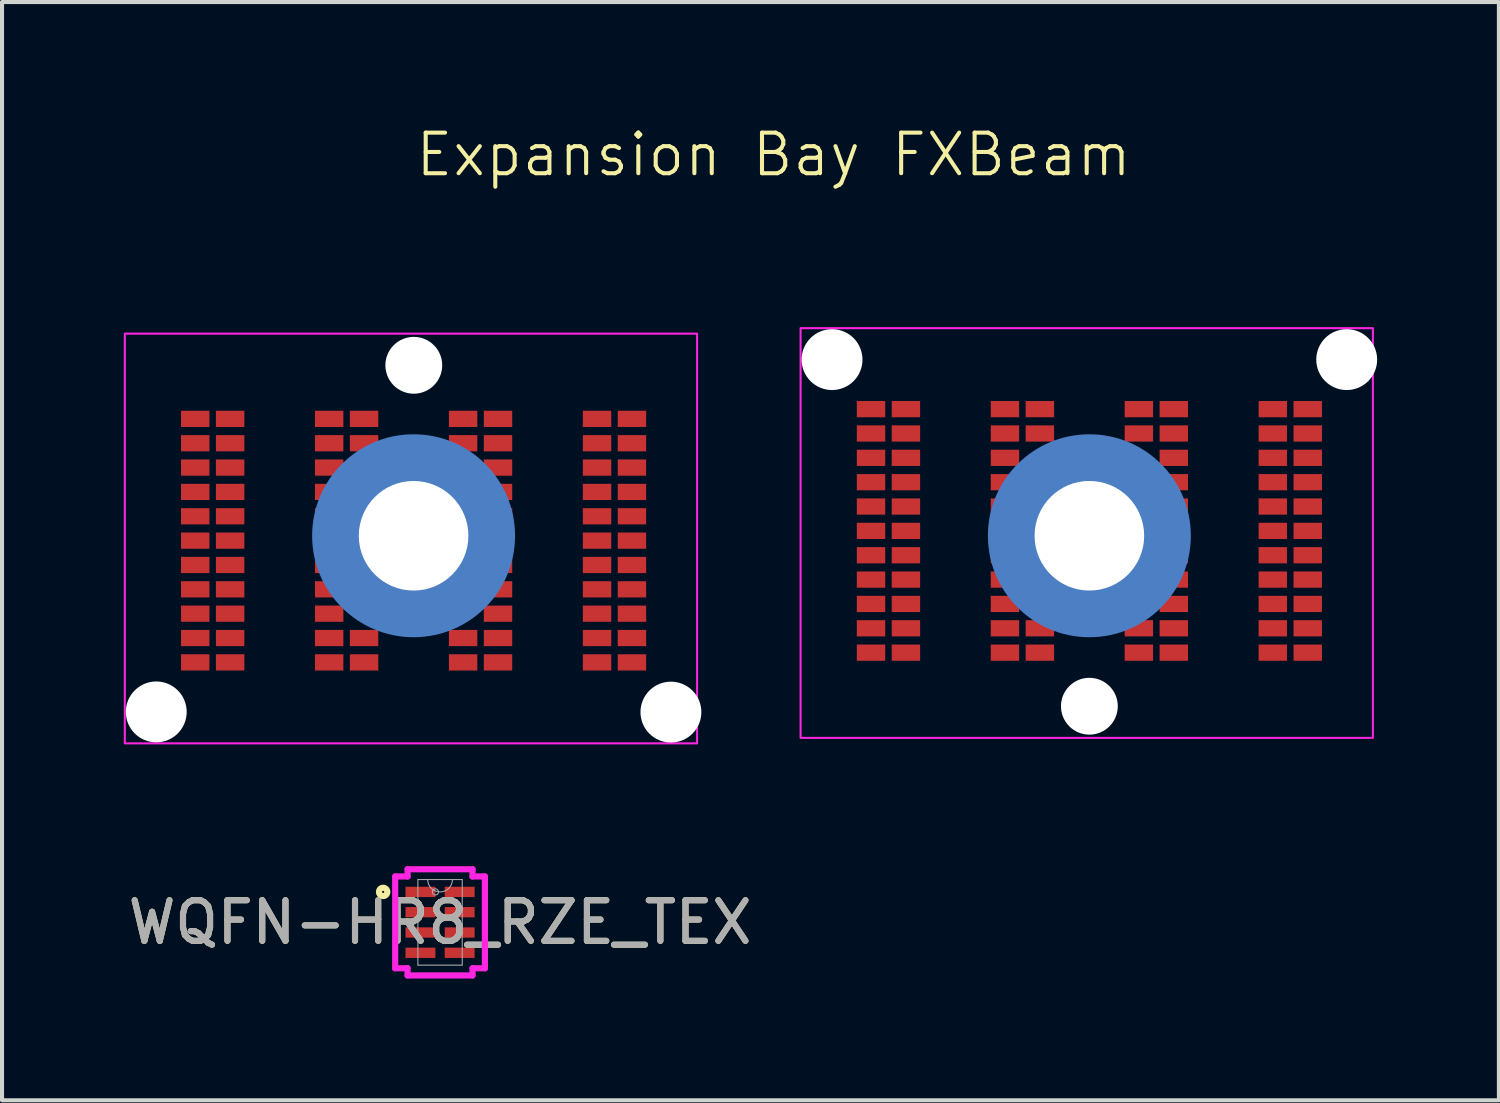
<source format=kicad_pcb>
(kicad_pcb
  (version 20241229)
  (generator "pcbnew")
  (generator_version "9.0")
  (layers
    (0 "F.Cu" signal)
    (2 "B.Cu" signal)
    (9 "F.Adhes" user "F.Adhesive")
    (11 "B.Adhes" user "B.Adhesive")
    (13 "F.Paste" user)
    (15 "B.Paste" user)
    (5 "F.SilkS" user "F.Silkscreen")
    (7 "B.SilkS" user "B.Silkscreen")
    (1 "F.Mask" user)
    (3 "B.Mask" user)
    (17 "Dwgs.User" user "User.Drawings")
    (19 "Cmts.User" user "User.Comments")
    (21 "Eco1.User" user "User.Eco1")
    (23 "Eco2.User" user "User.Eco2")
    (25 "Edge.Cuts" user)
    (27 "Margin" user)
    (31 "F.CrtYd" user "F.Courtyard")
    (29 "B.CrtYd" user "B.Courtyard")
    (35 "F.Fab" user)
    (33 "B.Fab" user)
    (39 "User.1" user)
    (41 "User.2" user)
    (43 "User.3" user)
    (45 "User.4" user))
  (footprint "Expansion Bay FXBeam"
    (layer "F.Cu")
    (at 15.47 10.15)
    (property "Reference" "Expansion Bay FXBeam" (at 0.54 -9.39 0) (unlocked yes) (layer "F.SilkS") (effects (font (size 1 1) (thickness 0.1))))
    (attr smd exclude_from_pos_files exclude_from_bom)
    (fp_rect (start -15.445 -4.98) (end -1.345 5.115) (stroke (width 0.05) (type default)) (fill no) (layer "F.CrtYd"))
    (fp_rect (start 15.305 4.98) (end 1.205 -5.115) (stroke (width 0.05) (type default)) (fill no) (layer "F.CrtYd"))
    (pad "" np_thru_hole circle (at -14.67 4.34) (size 1.5 1.5) (drill 1.5) (layers "*.Cu" "*.Mask"))
    (pad "" np_thru_hole circle (at -8.33 0) (size 5 5) (drill 2.7) (layers "B.Cu" "B.Mask"))
    (pad "" np_thru_hole circle (at -8.325 -4.2) (size 1.4 1.4) (drill 1.4) (layers "*.Cu" "*.Mask"))
    (pad "" np_thru_hole circle (at -1.99 4.345) (size 1.5 1.5) (drill 1.5) (layers "*.Cu" "*.Mask"))
    (pad "" np_thru_hole circle (at 1.98 -4.34) (size 1.5 1.5) (drill 1.5) (layers "*.Cu" "*.Mask"))
    (pad "" np_thru_hole circle (at 8.32 0) (size 5 5) (drill 2.7) (layers "B.Cu" "B.Mask"))
    (pad "" np_thru_hole circle (at 8.32 4.2) (size 1.4 1.4) (drill 1.4) (layers "*.Cu" "*.Mask"))
    (pad "" np_thru_hole circle (at 14.66 -4.34) (size 1.5 1.5) (drill 1.5) (layers "*.Cu" "*.Mask"))
    (pad "PA1" smd rect (at -2.95 -2.88) (size 0.7 0.4) (layers "F.Cu" "F.Mask" "F.Paste"))
    (pad "PA2" smd rect (at -3.81 -2.88) (size 0.7 0.4) (layers "F.Cu" "F.Mask" "F.Paste"))
    (pad "PA3" smd rect (at -6.25 -2.88) (size 0.7 0.4) (layers "F.Cu" "F.Mask" "F.Paste"))
    (pad "PA4" smd rect (at -7.11 -2.88) (size 0.7 0.4) (layers "F.Cu" "F.Mask" "F.Paste"))
    (pad "PA5" smd rect (at -9.55 -2.88 180) (size 0.7 0.4) (layers "F.Cu" "F.Mask" "F.Paste"))
    (pad "PA6" smd rect (at -10.41 -2.88 180) (size 0.7 0.4) (layers "F.Cu" "F.Mask" "F.Paste"))
    (pad "PA7" smd rect (at -12.85 -2.88) (size 0.7 0.4) (layers "F.Cu" "F.Mask" "F.Paste"))
    (pad "PA8" smd rect (at -13.71 -2.88) (size 0.7 0.4) (layers "F.Cu" "F.Mask" "F.Paste"))
    (pad "PB1" smd rect (at -2.95 -2.28) (size 0.7 0.4) (layers "F.Cu" "F.Mask" "F.Paste"))
    (pad "PB2" smd rect (at -3.81 -2.28) (size 0.7 0.4) (layers "F.Cu" "F.Mask" "F.Paste"))
    (pad "PB3" smd rect (at -6.25 -2.28) (size 0.7 0.4) (layers "F.Cu" "F.Mask" "F.Paste"))
    (pad "PB4" smd rect (at -7.11 -2.28) (size 0.7 0.4) (layers "F.Cu" "F.Mask" "F.Paste"))
    (pad "PB5" smd rect (at -9.55 -2.28 180) (size 0.7 0.4) (layers "F.Cu" "F.Mask" "F.Paste"))
    (pad "PB6" smd rect (at -10.41 -2.28 180) (size 0.7 0.4) (layers "F.Cu" "F.Mask" "F.Paste"))
    (pad "PB7" smd rect (at -12.85 -2.28) (size 0.7 0.4) (layers "F.Cu" "F.Mask" "F.Paste"))
    (pad "PB8" smd rect (at -13.71 -2.28) (size 0.7 0.4) (layers "F.Cu" "F.Mask" "F.Paste"))
    (pad "PC1" smd rect (at -2.95 -1.68) (size 0.7 0.4) (layers "F.Cu" "F.Mask" "F.Paste"))
    (pad "PC2" smd rect (at -3.81 -1.68) (size 0.7 0.4) (layers "F.Cu" "F.Mask" "F.Paste"))
    (pad "PC3" smd rect (at -6.25 -1.68) (size 0.7 0.4) (layers "F.Cu" "F.Mask" "F.Paste"))
    (pad "PC6" smd rect (at -10.41 -1.68 180) (size 0.7 0.4) (layers "F.Cu" "F.Mask" "F.Paste"))
    (pad "PC7" smd rect (at -12.85 -1.68) (size 0.7 0.4) (layers "F.Cu" "F.Mask" "F.Paste"))
    (pad "PC8" smd rect (at -13.71 -1.68) (size 0.7 0.4) (layers "F.Cu" "F.Mask" "F.Paste"))
    (pad "PD1" smd rect (at -2.95 -1.08) (size 0.7 0.4) (layers "F.Cu" "F.Mask" "F.Paste"))
    (pad "PD2" smd rect (at -3.81 -1.08) (size 0.7 0.4) (layers "F.Cu" "F.Mask" "F.Paste"))
    (pad "PD3" smd rect (at -6.25 -1.08) (size 0.7 0.4) (layers "F.Cu" "F.Mask" "F.Paste"))
    (pad "PD6" smd rect (at -10.41 -1.08 180) (size 0.7 0.4) (layers "F.Cu" "F.Mask" "F.Paste"))
    (pad "PD7" smd rect (at -12.85 -1.08) (size 0.7 0.4) (layers "F.Cu" "F.Mask" "F.Paste"))
    (pad "PD8" smd rect (at -13.71 -1.08) (size 0.7 0.4) (layers "F.Cu" "F.Mask" "F.Paste"))
    (pad "PE1" smd rect (at -2.95 -0.48) (size 0.7 0.4) (layers "F.Cu" "F.Mask" "F.Paste"))
    (pad "PE2" smd rect (at -3.81 -0.48) (size 0.7 0.4) (layers "F.Cu" "F.Mask" "F.Paste"))
    (pad "PE3" smd rect (at -6.25 -0.48) (size 0.7 0.4) (layers "F.Cu" "F.Mask" "F.Paste"))
    (pad "PE6" smd rect (at -10.41 -0.48 180) (size 0.7 0.4) (layers "F.Cu" "F.Mask" "F.Paste"))
    (pad "PE7" smd rect (at -12.85 -0.48) (size 0.7 0.4) (layers "F.Cu" "F.Mask" "F.Paste"))
    (pad "PE8" smd rect (at -13.71 -0.48) (size 0.7 0.4) (layers "F.Cu" "F.Mask" "F.Paste"))
    (pad "PF1" smd rect (at -2.95 0.12) (size 0.7 0.4) (layers "F.Cu" "F.Mask" "F.Paste"))
    (pad "PF2" smd rect (at -3.81 0.12) (size 0.7 0.4) (layers "F.Cu" "F.Mask" "F.Paste"))
    (pad "PF3" smd rect (at -6.25 0.12) (size 0.7 0.4) (layers "F.Cu" "F.Mask" "F.Paste"))
    (pad "PF6" smd rect (at -10.41 0.12 180) (size 0.7 0.4) (layers "F.Cu" "F.Mask" "F.Paste"))
    (pad "PF7" smd rect (at -12.85 0.12) (size 0.7 0.4) (layers "F.Cu" "F.Mask" "F.Paste"))
    (pad "PF8" smd rect (at -13.71 0.12) (size 0.7 0.4) (layers "F.Cu" "F.Mask" "F.Paste"))
    (pad "PG1" smd rect (at -2.95 0.72) (size 0.7 0.4) (layers "F.Cu" "F.Mask" "F.Paste"))
    (pad "PG2" smd rect (at -3.81 0.72) (size 0.7 0.4) (layers "F.Cu" "F.Mask" "F.Paste"))
    (pad "PG3" smd rect (at -6.25 0.72) (size 0.7 0.4) (layers "F.Cu" "F.Mask" "F.Paste"))
    (pad "PG6" smd rect (at -10.41 0.72 180) (size 0.7 0.4) (layers "F.Cu" "F.Mask" "F.Paste"))
    (pad "PG7" smd rect (at -12.85 0.72) (size 0.7 0.4) (layers "F.Cu" "F.Mask" "F.Paste"))
    (pad "PG8" smd rect (at -13.71 0.72) (size 0.7 0.4) (layers "F.Cu" "F.Mask" "F.Paste"))
    (pad "PH1" smd rect (at -2.95 1.32) (size 0.7 0.4) (layers "F.Cu" "F.Mask" "F.Paste"))
    (pad "PH2" smd rect (at -3.81 1.32) (size 0.7 0.4) (layers "F.Cu" "F.Mask" "F.Paste"))
    (pad "PH3" smd rect (at -6.25 1.32) (size 0.7 0.4) (layers "F.Cu" "F.Mask" "F.Paste"))
    (pad "PH6" smd rect (at -10.41 1.32 180) (size 0.7 0.4) (layers "F.Cu" "F.Mask" "F.Paste"))
    (pad "PH7" smd rect (at -12.85 1.32) (size 0.7 0.4) (layers "F.Cu" "F.Mask" "F.Paste"))
    (pad "PH8" smd rect (at -13.71 1.32) (size 0.7 0.4) (layers "F.Cu" "F.Mask" "F.Paste"))
    (pad "PJ1" smd rect (at -2.95 1.92) (size 0.7 0.4) (layers "F.Cu" "F.Mask" "F.Paste"))
    (pad "PJ2" smd rect (at -3.81 1.92) (size 0.7 0.4) (layers "F.Cu" "F.Mask" "F.Paste"))
    (pad "PJ3" smd rect (at -6.25 1.92) (size 0.7 0.4) (layers "F.Cu" "F.Mask" "F.Paste"))
    (pad "PJ6" smd rect (at -10.41 1.92 180) (size 0.7 0.4) (layers "F.Cu" "F.Mask" "F.Paste"))
    (pad "PJ7" smd rect (at -12.85 1.92) (size 0.7 0.4) (layers "F.Cu" "F.Mask" "F.Paste"))
    (pad "PJ8" smd rect (at -13.71 1.92) (size 0.7 0.4) (layers "F.Cu" "F.Mask" "F.Paste"))
    (pad "PK1" smd rect (at -2.95 2.52) (size 0.7 0.4) (layers "F.Cu" "F.Mask" "F.Paste"))
    (pad "PK2" smd rect (at -3.81 2.52) (size 0.7 0.4) (layers "F.Cu" "F.Mask" "F.Paste"))
    (pad "PK3" smd rect (at -6.25 2.52) (size 0.7 0.4) (layers "F.Cu" "F.Mask" "F.Paste"))
    (pad "PK4" smd rect (at -7.11 2.52) (size 0.7 0.4) (layers "F.Cu" "F.Mask" "F.Paste"))
    (pad "PK5" smd rect (at -9.55 2.52 180) (size 0.7 0.4) (layers "F.Cu" "F.Mask" "F.Paste"))
    (pad "PK6" smd rect (at -10.41 2.52 180) (size 0.7 0.4) (layers "F.Cu" "F.Mask" "F.Paste"))
    (pad "PK7" smd rect (at -12.85 2.52) (size 0.7 0.4) (layers "F.Cu" "F.Mask" "F.Paste"))
    (pad "PK8" smd rect (at -13.71 2.52) (size 0.7 0.4) (layers "F.Cu" "F.Mask" "F.Paste"))
    (pad "PL1" smd rect (at -2.95 3.12) (size 0.7 0.4) (layers "F.Cu" "F.Mask" "F.Paste"))
    (pad "PL2" smd rect (at -3.81 3.12) (size 0.7 0.4) (layers "F.Cu" "F.Mask" "F.Paste"))
    (pad "PL3" smd rect (at -6.25 3.12) (size 0.7 0.4) (layers "F.Cu" "F.Mask" "F.Paste"))
    (pad "PL4" smd rect (at -7.11 3.12) (size 0.7 0.4) (layers "F.Cu" "F.Mask" "F.Paste"))
    (pad "PL5" smd rect (at -9.55 3.12 180) (size 0.7 0.4) (layers "F.Cu" "F.Mask" "F.Paste"))
    (pad "PL6" smd rect (at -10.41 3.12 180) (size 0.7 0.4) (layers "F.Cu" "F.Mask" "F.Paste"))
    (pad "PL7" smd rect (at -12.85 3.12) (size 0.7 0.4) (layers "F.Cu" "F.Mask" "F.Paste"))
    (pad "PL8" smd rect (at -13.71 3.12) (size 0.7 0.4) (layers "F.Cu" "F.Mask" "F.Paste"))
    (pad "SA1" smd rect (at 13.7 -3.12) (size 0.7 0.4) (layers "F.Cu" "F.Mask" "F.Paste"))
    (pad "SA2" smd rect (at 12.84 -3.12) (size 0.7 0.4) (layers "F.Cu" "F.Mask" "F.Paste"))
    (pad "SA3" smd rect (at 10.4 -3.12) (size 0.7 0.4) (layers "F.Cu" "F.Mask" "F.Paste"))
    (pad "SA4" smd rect (at 9.54 -3.12) (size 0.7 0.4) (layers "F.Cu" "F.Mask" "F.Paste"))
    (pad "SA5" smd rect (at 7.1 -3.12 180) (size 0.7 0.4) (layers "F.Cu" "F.Mask" "F.Paste"))
    (pad "SA6" smd rect (at 6.24 -3.12 180) (size 0.7 0.4) (layers "F.Cu" "F.Mask" "F.Paste"))
    (pad "SA7" smd rect (at 3.8 -3.12) (size 0.7 0.4) (layers "F.Cu" "F.Mask" "F.Paste"))
    (pad "SA8" smd rect (at 2.94 -3.12) (size 0.7 0.4) (layers "F.Cu" "F.Mask" "F.Paste"))
    (pad "SB1" smd rect (at 13.7 -2.52) (size 0.7 0.4) (layers "F.Cu" "F.Mask" "F.Paste"))
    (pad "SB2" smd rect (at 12.84 -2.52) (size 0.7 0.4) (layers "F.Cu" "F.Mask" "F.Paste"))
    (pad "SB3" smd rect (at 10.4 -2.52) (size 0.7 0.4) (layers "F.Cu" "F.Mask" "F.Paste"))
    (pad "SB4" smd rect (at 9.54 -2.52) (size 0.7 0.4) (layers "F.Cu" "F.Mask" "F.Paste"))
    (pad "SB5" smd rect (at 7.1 -2.52 180) (size 0.7 0.4) (layers "F.Cu" "F.Mask" "F.Paste"))
    (pad "SB6" smd rect (at 6.24 -2.52 180) (size 0.7 0.4) (layers "F.Cu" "F.Mask" "F.Paste"))
    (pad "SB7" smd rect (at 3.8 -2.52) (size 0.7 0.4) (layers "F.Cu" "F.Mask" "F.Paste"))
    (pad "SB8" smd rect (at 2.94 -2.52) (size 0.7 0.4) (layers "F.Cu" "F.Mask" "F.Paste"))
    (pad "SC1" smd rect (at 13.7 -1.92) (size 0.7 0.4) (layers "F.Cu" "F.Mask" "F.Paste"))
    (pad "SC2" smd rect (at 12.84 -1.92) (size 0.7 0.4) (layers "F.Cu" "F.Mask" "F.Paste"))
    (pad "SC3" smd rect (at 10.4 -1.92) (size 0.7 0.4) (layers "F.Cu" "F.Mask" "F.Paste"))
    (pad "SC6" smd rect (at 6.24 -1.92 180) (size 0.7 0.4) (layers "F.Cu" "F.Mask" "F.Paste"))
    (pad "SC7" smd rect (at 3.8 -1.92) (size 0.7 0.4) (layers "F.Cu" "F.Mask" "F.Paste"))
    (pad "SC8" smd rect (at 2.94 -1.92) (size 0.7 0.4) (layers "F.Cu" "F.Mask" "F.Paste"))
    (pad "SD1" smd rect (at 13.7 -1.32) (size 0.7 0.4) (layers "F.Cu" "F.Mask" "F.Paste"))
    (pad "SD2" smd rect (at 12.84 -1.32) (size 0.7 0.4) (layers "F.Cu" "F.Mask" "F.Paste"))
    (pad "SD3" smd rect (at 10.4 -1.32) (size 0.7 0.4) (layers "F.Cu" "F.Mask" "F.Paste"))
    (pad "SD6" smd rect (at 6.24 -1.32 180) (size 0.7 0.4) (layers "F.Cu" "F.Mask" "F.Paste"))
    (pad "SD7" smd rect (at 3.8 -1.32) (size 0.7 0.4) (layers "F.Cu" "F.Mask" "F.Paste"))
    (pad "SD8" smd rect (at 2.94 -1.32) (size 0.7 0.4) (layers "F.Cu" "F.Mask" "F.Paste"))
    (pad "SE1" smd rect (at 13.7 -0.72) (size 0.7 0.4) (layers "F.Cu" "F.Mask" "F.Paste"))
    (pad "SE2" smd rect (at 12.84 -0.72) (size 0.7 0.4) (layers "F.Cu" "F.Mask" "F.Paste"))
    (pad "SE3" smd rect (at 10.4 -0.72) (size 0.7 0.4) (layers "F.Cu" "F.Mask" "F.Paste"))
    (pad "SE6" smd rect (at 6.24 -0.72 180) (size 0.7 0.4) (layers "F.Cu" "F.Mask" "F.Paste"))
    (pad "SE7" smd rect (at 3.8 -0.72) (size 0.7 0.4) (layers "F.Cu" "F.Mask" "F.Paste"))
    (pad "SE8" smd rect (at 2.94 -0.72) (size 0.7 0.4) (layers "F.Cu" "F.Mask" "F.Paste"))
    (pad "SF1" smd rect (at 13.7 -0.12) (size 0.7 0.4) (layers "F.Cu" "F.Mask" "F.Paste"))
    (pad "SF2" smd rect (at 12.84 -0.12) (size 0.7 0.4) (layers "F.Cu" "F.Mask" "F.Paste"))
    (pad "SF3" smd rect (at 10.4 -0.12) (size 0.7 0.4) (layers "F.Cu" "F.Mask" "F.Paste"))
    (pad "SF6" smd rect (at 6.24 -0.12 180) (size 0.7 0.4) (layers "F.Cu" "F.Mask" "F.Paste"))
    (pad "SF7" smd rect (at 3.8 -0.12) (size 0.7 0.4) (layers "F.Cu" "F.Mask" "F.Paste"))
    (pad "SF8" smd rect (at 2.94 -0.12) (size 0.7 0.4) (layers "F.Cu" "F.Mask" "F.Paste"))
    (pad "SG1" smd rect (at 13.7 0.48) (size 0.7 0.4) (layers "F.Cu" "F.Mask" "F.Paste"))
    (pad "SG2" smd rect (at 12.84 0.48) (size 0.7 0.4) (layers "F.Cu" "F.Mask" "F.Paste"))
    (pad "SG3" smd rect (at 10.4 0.48) (size 0.7 0.4) (layers "F.Cu" "F.Mask" "F.Paste"))
    (pad "SG6" smd rect (at 6.24 0.48 180) (size 0.7 0.4) (layers "F.Cu" "F.Mask" "F.Paste"))
    (pad "SG7" smd rect (at 3.8 0.48) (size 0.7 0.4) (layers "F.Cu" "F.Mask" "F.Paste"))
    (pad "SG8" smd rect (at 2.94 0.48) (size 0.7 0.4) (layers "F.Cu" "F.Mask" "F.Paste"))
    (pad "SH1" smd rect (at 13.7 1.08) (size 0.7 0.4) (layers "F.Cu" "F.Mask" "F.Paste"))
    (pad "SH2" smd rect (at 12.84 1.08) (size 0.7 0.4) (layers "F.Cu" "F.Mask" "F.Paste"))
    (pad "SH3" smd rect (at 10.4 1.08) (size 0.7 0.4) (layers "F.Cu" "F.Mask" "F.Paste"))
    (pad "SH6" smd rect (at 6.24 1.08 180) (size 0.7 0.4) (layers "F.Cu" "F.Mask" "F.Paste"))
    (pad "SH7" smd rect (at 3.8 1.08) (size 0.7 0.4) (layers "F.Cu" "F.Mask" "F.Paste"))
    (pad "SH8" smd rect (at 2.94 1.08) (size 0.7 0.4) (layers "F.Cu" "F.Mask" "F.Paste"))
    (pad "SJ1" smd rect (at 13.7 1.68) (size 0.7 0.4) (layers "F.Cu" "F.Mask" "F.Paste"))
    (pad "SJ2" smd rect (at 12.84 1.68) (size 0.7 0.4) (layers "F.Cu" "F.Mask" "F.Paste"))
    (pad "SJ3" smd rect (at 10.4 1.68) (size 0.7 0.4) (layers "F.Cu" "F.Mask" "F.Paste"))
    (pad "SJ6" smd rect (at 6.24 1.68 180) (size 0.7 0.4) (layers "F.Cu" "F.Mask" "F.Paste"))
    (pad "SJ7" smd rect (at 3.8 1.68) (size 0.7 0.4) (layers "F.Cu" "F.Mask" "F.Paste"))
    (pad "SJ8" smd rect (at 2.94 1.68) (size 0.7 0.4) (layers "F.Cu" "F.Mask" "F.Paste"))
    (pad "SK1" smd rect (at 13.7 2.28) (size 0.7 0.4) (layers "F.Cu" "F.Mask" "F.Paste"))
    (pad "SK2" smd rect (at 12.84 2.28) (size 0.7 0.4) (layers "F.Cu" "F.Mask" "F.Paste"))
    (pad "SK3" smd rect (at 10.4 2.28) (size 0.7 0.4) (layers "F.Cu" "F.Mask" "F.Paste"))
    (pad "SK4" smd rect (at 9.54 2.28) (size 0.7 0.4) (layers "F.Cu" "F.Mask" "F.Paste"))
    (pad "SK5" smd rect (at 7.1 2.28 180) (size 0.7 0.4) (layers "F.Cu" "F.Mask" "F.Paste"))
    (pad "SK6" smd rect (at 6.24 2.28 180) (size 0.7 0.4) (layers "F.Cu" "F.Mask" "F.Paste"))
    (pad "SK7" smd rect (at 3.8 2.28) (size 0.7 0.4) (layers "F.Cu" "F.Mask" "F.Paste"))
    (pad "SK8" smd rect (at 2.94 2.28) (size 0.7 0.4) (layers "F.Cu" "F.Mask" "F.Paste"))
    (pad "SL1" smd rect (at 13.7 2.88) (size 0.7 0.4) (layers "F.Cu" "F.Mask" "F.Paste"))
    (pad "SL2" smd rect (at 12.84 2.88) (size 0.7 0.4) (layers "F.Cu" "F.Mask" "F.Paste"))
    (pad "SL3" smd rect (at 10.4 2.88) (size 0.7 0.4) (layers "F.Cu" "F.Mask" "F.Paste"))
    (pad "SL4" smd rect (at 9.54 2.88) (size 0.7 0.4) (layers "F.Cu" "F.Mask" "F.Paste"))
    (pad "SL5" smd rect (at 7.1 2.88 180) (size 0.7 0.4) (layers "F.Cu" "F.Mask" "F.Paste"))
    (pad "SL6" smd rect (at 6.24 2.88 180) (size 0.7 0.4) (layers "F.Cu" "F.Mask" "F.Paste"))
    (pad "SL7" smd rect (at 3.8 2.88) (size 0.7 0.4) (layers "F.Cu" "F.Mask" "F.Paste"))
    (pad "SL8" smd rect (at 2.94 2.88) (size 0.7 0.4) (layers "F.Cu" "F.Mask" "F.Paste")))
  (footprint "WQFN-HR8_RZE_TEX"
    (layer "F.Cu")
    (at 7.792 19.675)
    (property "Reference" "WQFN-HR8_RZE_TEX" (at 0 0 0) (unlocked yes) (layer "F.SilkS") (effects (font (size 1 1) (thickness 0.15))))
    (attr smd)
    (fp_circle (center -1.402 -0.75) (end -1.3 -0.75) (stroke (width 0.152) (type solid)) (fill no) (layer "F.SilkS"))
    (fp_line (start -1.105 -1.131) (end -0.8 -1.131) (stroke (width 0.152) (type solid)) (layer "F.CrtYd"))
    (fp_line (start -1.105 1.131) (end -1.105 -1.131) (stroke (width 0.152) (type solid)) (layer "F.CrtYd"))
    (fp_line (start -1.105 1.131) (end -0.8 1.131) (stroke (width 0.152) (type solid)) (layer "F.CrtYd"))
    (fp_line (start -0.8 -1.308) (end 0.8 -1.308) (stroke (width 0.152) (type solid)) (layer "F.CrtYd"))
    (fp_line (start -0.8 -1.131) (end -0.8 -1.308) (stroke (width 0.152) (type solid)) (layer "F.CrtYd"))
    (fp_line (start -0.8 1.308) (end -0.8 1.131) (stroke (width 0.152) (type solid)) (layer "F.CrtYd"))
    (fp_line (start 0.8 -1.308) (end 0.8 -1.131) (stroke (width 0.152) (type solid)) (layer "F.CrtYd"))
    (fp_line (start 0.8 1.131) (end 0.8 1.308) (stroke (width 0.152) (type solid)) (layer "F.CrtYd"))
    (fp_line (start 0.8 1.308) (end -0.8 1.308) (stroke (width 0.152) (type solid)) (layer "F.CrtYd"))
    (fp_line (start 1.105 -1.131) (end 0.8 -1.131) (stroke (width 0.152) (type solid)) (layer "F.CrtYd"))
    (fp_line (start 1.105 -1.131) (end 1.105 1.131) (stroke (width 0.152) (type solid)) (layer "F.CrtYd"))
    (fp_line (start 1.105 1.131) (end 0.8 1.131) (stroke (width 0.152) (type solid)) (layer "F.CrtYd"))
    (fp_line (start -0.546 -1.054) (end -0.546 1.054) (stroke (width 0.025) (type solid)) (layer "F.Fab"))
    (fp_line (start -0.546 1.054) (end 0.546 1.054) (stroke (width 0.025) (type solid)) (layer "F.Fab"))
    (fp_line (start 0.546 -1.054) (end -0.546 -1.054) (stroke (width 0.025) (type solid)) (layer "F.Fab"))
    (fp_line (start 0.546 1.054) (end 0.546 -1.054) (stroke (width 0.025) (type solid)) (layer "F.Fab"))
    (fp_arc (start 0.3048 -1.0541) (mid 0 -0.7493) (end -0.3048 -1.0541) (stroke (width 0.0254) (type solid)) (layer "F.Fab"))
    (fp_circle (center -0.114 -0.75) (end -0.038 -0.75) (stroke (width 0.025) (type solid)) (fill no) (layer "F.Fab"))
    (fp_text user "${REFERENCE}" (at 0 0 0) (unlocked yes) (layer "F.Fab") (effects (font (size 1 1) (thickness 0.15))))
    (pad "1" smd rect (at -0.483 -0.75) (size 0.737 0.254) (layers "F.Cu" "F.Mask" "F.Paste"))
    (pad "2" smd rect (at -0.483 -0.25) (size 0.737 0.254) (layers "F.Cu" "F.Mask" "F.Paste"))
    (pad "3" smd rect (at -0.483 0.25) (size 0.737 0.254) (layers "F.Cu" "F.Mask" "F.Paste"))
    (pad "4" smd rect (at -0.483 0.75) (size 0.737 0.254) (layers "F.Cu" "F.Mask" "F.Paste"))
    (pad "5" smd rect (at 0.483 0.75) (size 0.737 0.254) (layers "F.Cu" "F.Mask" "F.Paste"))
    (pad "6" smd rect (at 0.483 0.25) (size 0.737 0.254) (layers "F.Cu" "F.Mask" "F.Paste"))
    (pad "7" smd rect (at 0.483 -0.25) (size 0.737 0.254) (layers "F.Cu" "F.Mask" "F.Paste"))
    (pad "8" smd rect (at 0.483 -0.75) (size 0.737 0.254) (layers "F.Cu" "F.Mask" "F.Paste")))
  (gr_rect
    (start -3 -3)
    (end 33.88 24.059)
    (stroke (width 0.1) (type default))
    (fill no)
    (layer "Edge.Cuts")))
</source>
